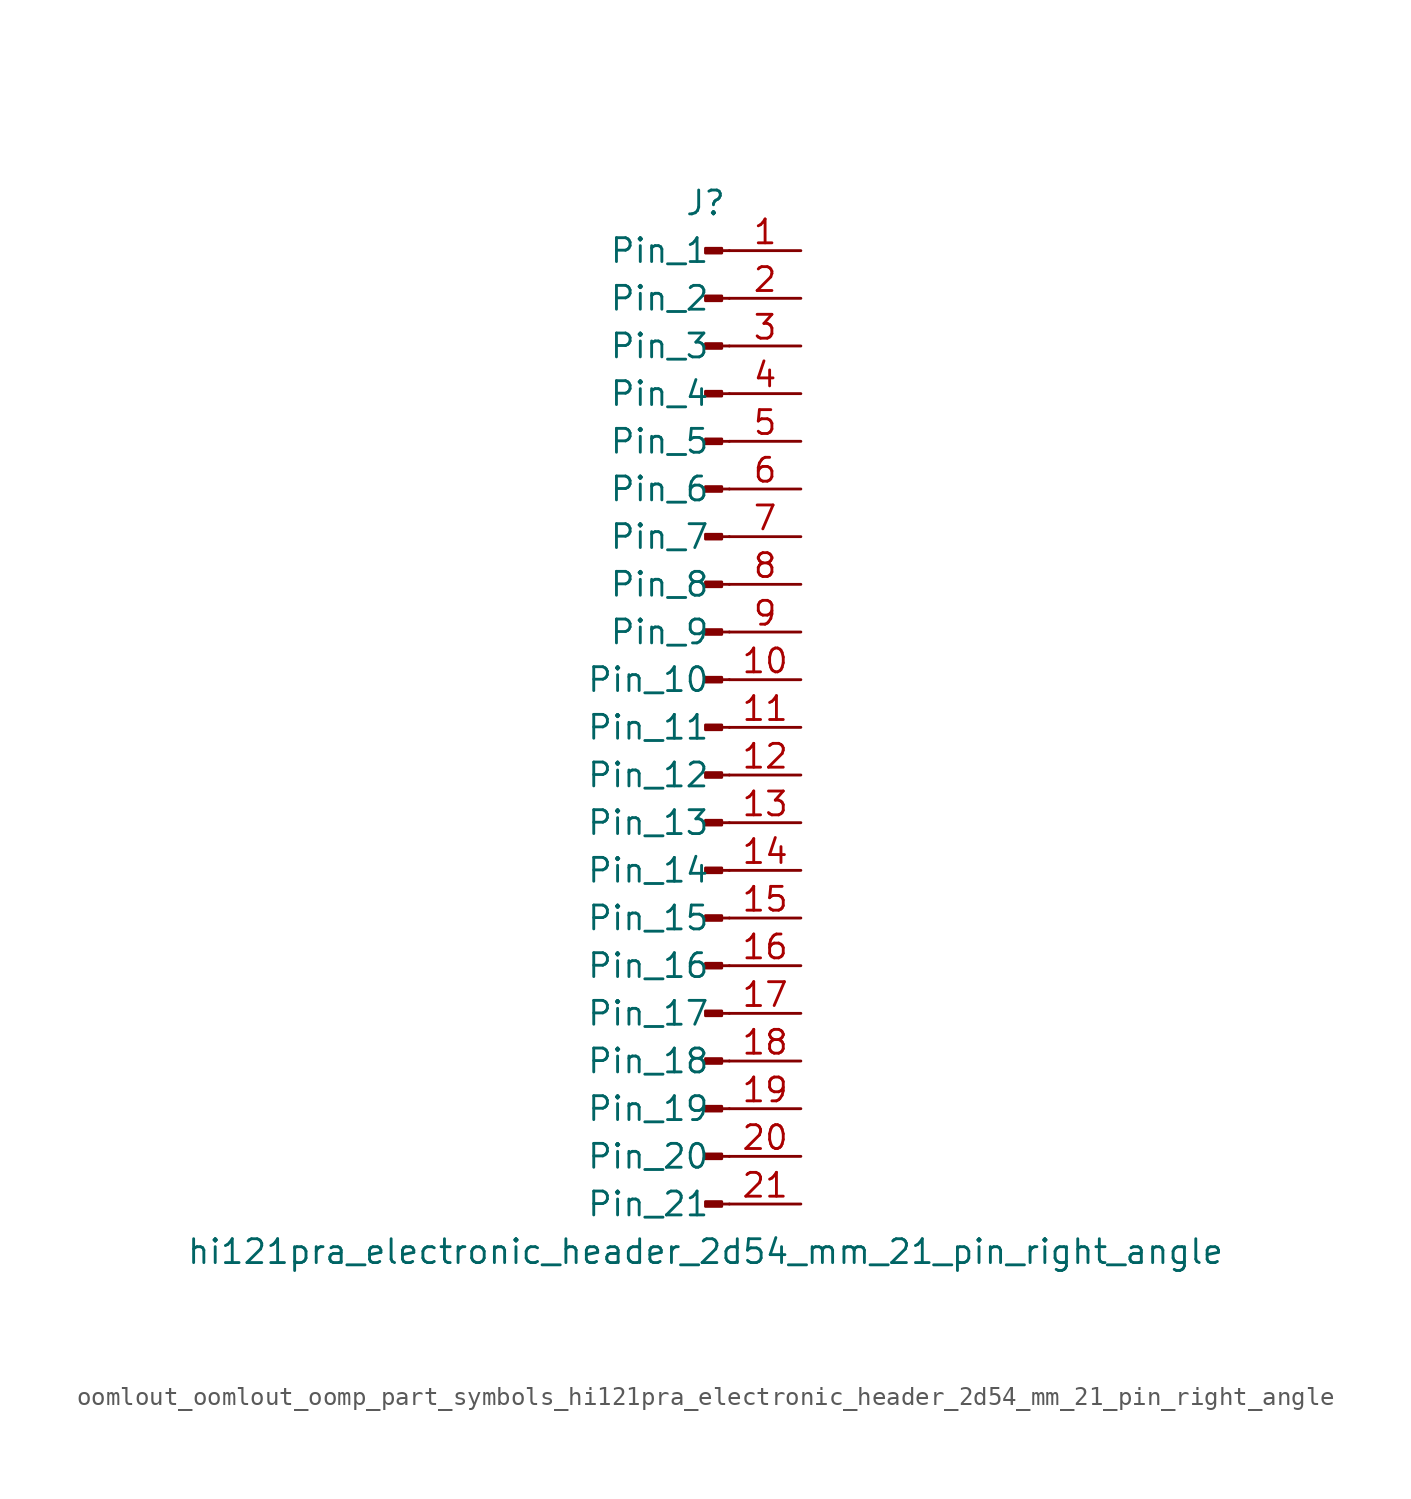
<source format=kicad_sym>
(kicad_symbol_lib
  (version 20220914)
  (generator kicad_symbol_editor)
  (symbol "oomlout_oomlout_oomp_part_symbols_hi121pra_electronic_header_2d54_mm_21_pin_right_angle"
    (pin_names
      (offset 1.016))
    (property "Reference" "J"
      (at 0 27.94 0)
      (effects (font (size 1.27 1.27))))
    (property "Value" "hi121pra_electronic_header_2d54_mm_21_pin_right_angle"
      (at 0 -27.94 0)
      (effects (font (size 1.27 1.27))))
    (property "ki_locked" ""
      (at 0 0 0)
      (effects (font (size 1.27 1.27))))
    (symbol "oomlout_oomlout_oomp_part_symbols_hi121pra_electronic_header_2d54_mm_21_pin_right_angle_1_1"
      (polyline (pts (xy 1.27 -25.4) (xy 0.864 -25.4)) (stroke (width 0.152) (type default)) (fill (type none)))
      (polyline (pts (xy 1.27 -22.86) (xy 0.864 -22.86)) (stroke (width 0.152) (type default)) (fill (type none)))
      (polyline (pts (xy 1.27 -20.32) (xy 0.864 -20.32)) (stroke (width 0.152) (type default)) (fill (type none)))
      (polyline (pts (xy 1.27 -17.78) (xy 0.864 -17.78)) (stroke (width 0.152) (type default)) (fill (type none)))
      (polyline (pts (xy 1.27 -15.24) (xy 0.864 -15.24)) (stroke (width 0.152) (type default)) (fill (type none)))
      (polyline (pts (xy 1.27 -12.7) (xy 0.864 -12.7)) (stroke (width 0.152) (type default)) (fill (type none)))
      (polyline (pts (xy 1.27 -10.16) (xy 0.864 -10.16)) (stroke (width 0.152) (type default)) (fill (type none)))
      (polyline (pts (xy 1.27 -7.62) (xy 0.864 -7.62)) (stroke (width 0.152) (type default)) (fill (type none)))
      (polyline (pts (xy 1.27 -5.08) (xy 0.864 -5.08)) (stroke (width 0.152) (type default)) (fill (type none)))
      (polyline (pts (xy 1.27 -2.54) (xy 0.864 -2.54)) (stroke (width 0.152) (type default)) (fill (type none)))
      (polyline (pts (xy 1.27 0) (xy 0.864 0)) (stroke (width 0.152) (type default)) (fill (type none)))
      (polyline (pts (xy 1.27 2.54) (xy 0.864 2.54)) (stroke (width 0.152) (type default)) (fill (type none)))
      (polyline (pts (xy 1.27 5.08) (xy 0.864 5.08)) (stroke (width 0.152) (type default)) (fill (type none)))
      (polyline (pts (xy 1.27 7.62) (xy 0.864 7.62)) (stroke (width 0.152) (type default)) (fill (type none)))
      (polyline (pts (xy 1.27 10.16) (xy 0.864 10.16)) (stroke (width 0.152) (type default)) (fill (type none)))
      (polyline (pts (xy 1.27 12.7) (xy 0.864 12.7)) (stroke (width 0.152) (type default)) (fill (type none)))
      (polyline (pts (xy 1.27 15.24) (xy 0.864 15.24)) (stroke (width 0.152) (type default)) (fill (type none)))
      (polyline (pts (xy 1.27 17.78) (xy 0.864 17.78)) (stroke (width 0.152) (type default)) (fill (type none)))
      (polyline (pts (xy 1.27 20.32) (xy 0.864 20.32)) (stroke (width 0.152) (type default)) (fill (type none)))
      (polyline (pts (xy 1.27 22.86) (xy 0.864 22.86)) (stroke (width 0.152) (type default)) (fill (type none)))
      (polyline (pts (xy 1.27 25.4) (xy 0.864 25.4)) (stroke (width 0.152) (type default)) (fill (type none)))
      (rectangle (start 0.864 -25.273) (end 0 -25.527) (stroke (width 0.152) (type default)) (fill (type outline)))
      (rectangle (start 0.864 -22.733) (end 0 -22.987) (stroke (width 0.152) (type default)) (fill (type outline)))
      (rectangle (start 0.864 -20.193) (end 0 -20.447) (stroke (width 0.152) (type default)) (fill (type outline)))
      (rectangle (start 0.864 -17.653) (end 0 -17.907) (stroke (width 0.152) (type default)) (fill (type outline)))
      (rectangle (start 0.864 -15.113) (end 0 -15.367) (stroke (width 0.152) (type default)) (fill (type outline)))
      (rectangle (start 0.864 -12.573) (end 0 -12.827) (stroke (width 0.152) (type default)) (fill (type outline)))
      (rectangle (start 0.864 -10.033) (end 0 -10.287) (stroke (width 0.152) (type default)) (fill (type outline)))
      (rectangle (start 0.864 -7.493) (end 0 -7.747) (stroke (width 0.152) (type default)) (fill (type outline)))
      (rectangle (start 0.864 -4.953) (end 0 -5.207) (stroke (width 0.152) (type default)) (fill (type outline)))
      (rectangle (start 0.864 -2.413) (end 0 -2.667) (stroke (width 0.152) (type default)) (fill (type outline)))
      (rectangle (start 0.864 0.127) (end 0 -0.127) (stroke (width 0.152) (type default)) (fill (type outline)))
      (rectangle (start 0.864 2.667) (end 0 2.413) (stroke (width 0.152) (type default)) (fill (type outline)))
      (rectangle (start 0.864 5.207) (end 0 4.953) (stroke (width 0.152) (type default)) (fill (type outline)))
      (rectangle (start 0.864 7.747) (end 0 7.493) (stroke (width 0.152) (type default)) (fill (type outline)))
      (rectangle (start 0.864 10.287) (end 0 10.033) (stroke (width 0.152) (type default)) (fill (type outline)))
      (rectangle (start 0.864 12.827) (end 0 12.573) (stroke (width 0.152) (type default)) (fill (type outline)))
      (rectangle (start 0.864 15.367) (end 0 15.113) (stroke (width 0.152) (type default)) (fill (type outline)))
      (rectangle (start 0.864 17.907) (end 0 17.653) (stroke (width 0.152) (type default)) (fill (type outline)))
      (rectangle (start 0.864 20.447) (end 0 20.193) (stroke (width 0.152) (type default)) (fill (type outline)))
      (rectangle (start 0.864 22.987) (end 0 22.733) (stroke (width 0.152) (type default)) (fill (type outline)))
      (rectangle (start 0.864 25.527) (end 0 25.273) (stroke (width 0.152) (type default)) (fill (type outline)))
      (pin passive line (at 5.08 25.4 180) (length 3.81) (name "Pin_1" (effects (font (size 1.27 1.27)))) (number "1" (effects (font (size 1.27 1.27)))))
      (pin passive line (at 5.08 2.54 180) (length 3.81) (name "Pin_10" (effects (font (size 1.27 1.27)))) (number "10" (effects (font (size 1.27 1.27)))))
      (pin passive line (at 5.08 0 180) (length 3.81) (name "Pin_11" (effects (font (size 1.27 1.27)))) (number "11" (effects (font (size 1.27 1.27)))))
      (pin passive line (at 5.08 -2.54 180) (length 3.81) (name "Pin_12" (effects (font (size 1.27 1.27)))) (number "12" (effects (font (size 1.27 1.27)))))
      (pin passive line (at 5.08 -5.08 180) (length 3.81) (name "Pin_13" (effects (font (size 1.27 1.27)))) (number "13" (effects (font (size 1.27 1.27)))))
      (pin passive line (at 5.08 -7.62 180) (length 3.81) (name "Pin_14" (effects (font (size 1.27 1.27)))) (number "14" (effects (font (size 1.27 1.27)))))
      (pin passive line (at 5.08 -10.16 180) (length 3.81) (name "Pin_15" (effects (font (size 1.27 1.27)))) (number "15" (effects (font (size 1.27 1.27)))))
      (pin passive line (at 5.08 -12.7 180) (length 3.81) (name "Pin_16" (effects (font (size 1.27 1.27)))) (number "16" (effects (font (size 1.27 1.27)))))
      (pin passive line (at 5.08 -15.24 180) (length 3.81) (name "Pin_17" (effects (font (size 1.27 1.27)))) (number "17" (effects (font (size 1.27 1.27)))))
      (pin passive line (at 5.08 -17.78 180) (length 3.81) (name "Pin_18" (effects (font (size 1.27 1.27)))) (number "18" (effects (font (size 1.27 1.27)))))
      (pin passive line (at 5.08 -20.32 180) (length 3.81) (name "Pin_19" (effects (font (size 1.27 1.27)))) (number "19" (effects (font (size 1.27 1.27)))))
      (pin passive line (at 5.08 22.86 180) (length 3.81) (name "Pin_2" (effects (font (size 1.27 1.27)))) (number "2" (effects (font (size 1.27 1.27)))))
      (pin passive line (at 5.08 -22.86 180) (length 3.81) (name "Pin_20" (effects (font (size 1.27 1.27)))) (number "20" (effects (font (size 1.27 1.27)))))
      (pin passive line (at 5.08 -25.4 180) (length 3.81) (name "Pin_21" (effects (font (size 1.27 1.27)))) (number "21" (effects (font (size 1.27 1.27)))))
      (pin passive line (at 5.08 20.32 180) (length 3.81) (name "Pin_3" (effects (font (size 1.27 1.27)))) (number "3" (effects (font (size 1.27 1.27)))))
      (pin passive line (at 5.08 17.78 180) (length 3.81) (name "Pin_4" (effects (font (size 1.27 1.27)))) (number "4" (effects (font (size 1.27 1.27)))))
      (pin passive line (at 5.08 15.24 180) (length 3.81) (name "Pin_5" (effects (font (size 1.27 1.27)))) (number "5" (effects (font (size 1.27 1.27)))))
      (pin passive line (at 5.08 12.7 180) (length 3.81) (name "Pin_6" (effects (font (size 1.27 1.27)))) (number "6" (effects (font (size 1.27 1.27)))))
      (pin passive line (at 5.08 10.16 180) (length 3.81) (name "Pin_7" (effects (font (size 1.27 1.27)))) (number "7" (effects (font (size 1.27 1.27)))))
      (pin passive line (at 5.08 7.62 180) (length 3.81) (name "Pin_8" (effects (font (size 1.27 1.27)))) (number "8" (effects (font (size 1.27 1.27)))))
      (pin passive line (at 5.08 5.08 180) (length 3.81) (name "Pin_9" (effects (font (size 1.27 1.27)))) (number "9" (effects (font (size 1.27 1.27))))))))
</source>
